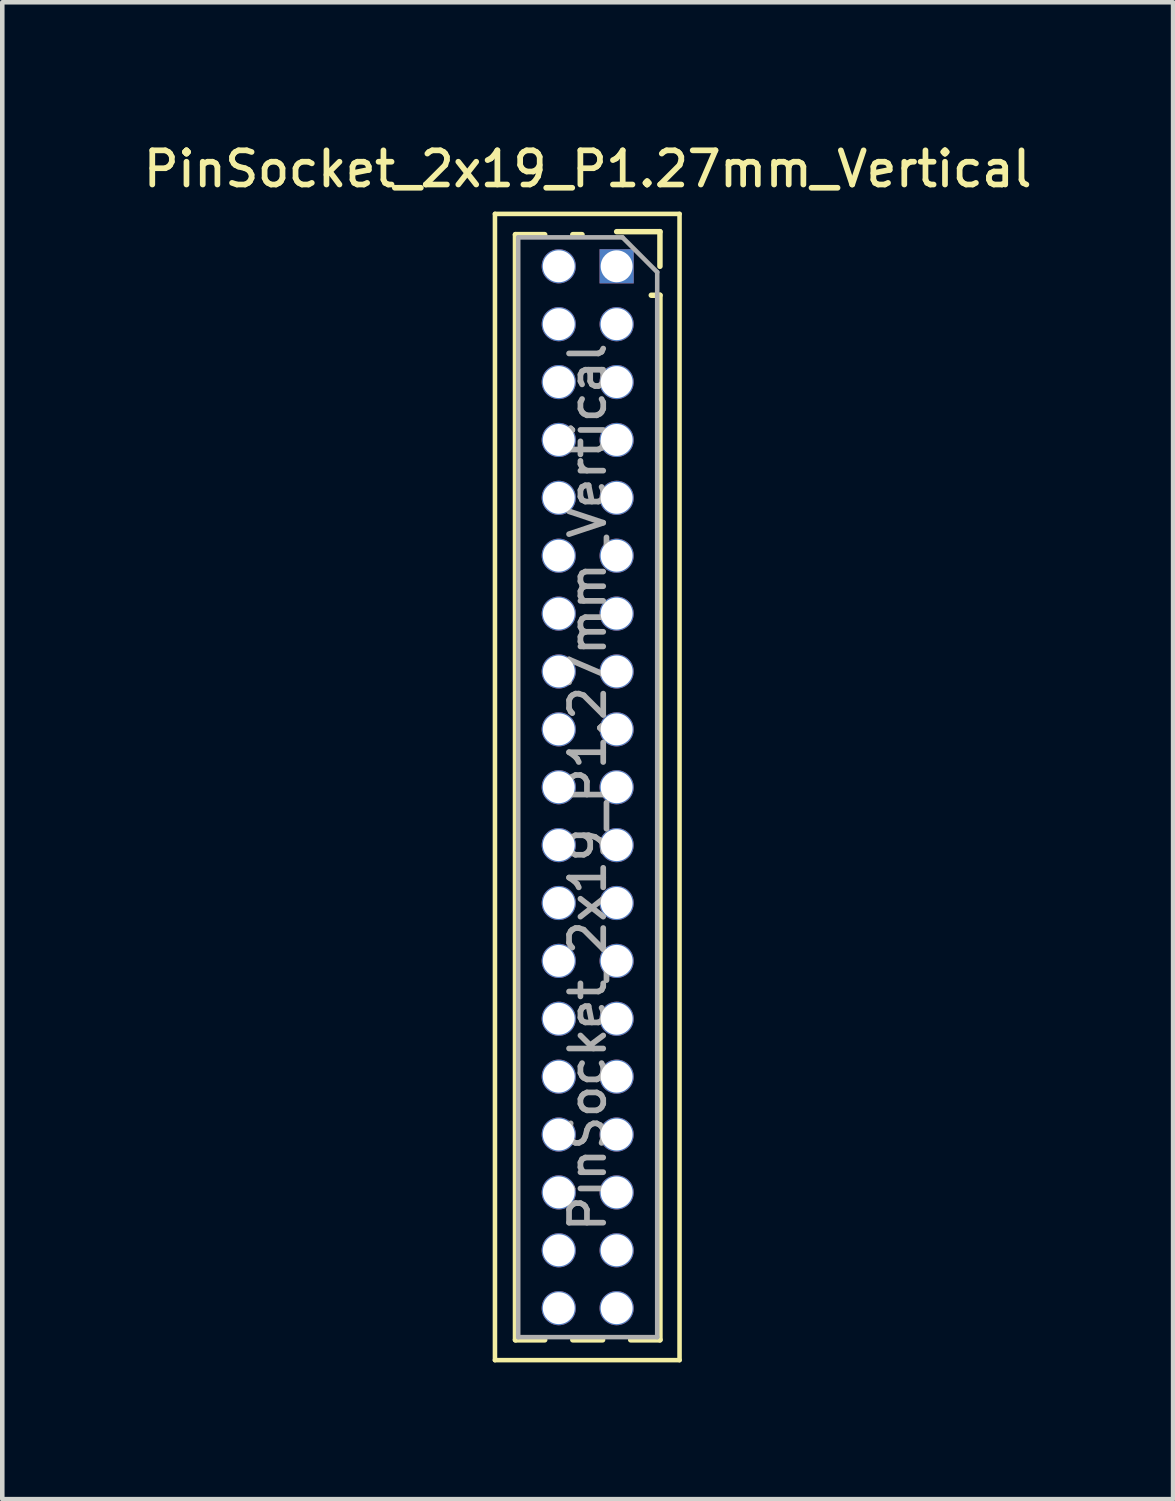
<source format=kicad_pcb>
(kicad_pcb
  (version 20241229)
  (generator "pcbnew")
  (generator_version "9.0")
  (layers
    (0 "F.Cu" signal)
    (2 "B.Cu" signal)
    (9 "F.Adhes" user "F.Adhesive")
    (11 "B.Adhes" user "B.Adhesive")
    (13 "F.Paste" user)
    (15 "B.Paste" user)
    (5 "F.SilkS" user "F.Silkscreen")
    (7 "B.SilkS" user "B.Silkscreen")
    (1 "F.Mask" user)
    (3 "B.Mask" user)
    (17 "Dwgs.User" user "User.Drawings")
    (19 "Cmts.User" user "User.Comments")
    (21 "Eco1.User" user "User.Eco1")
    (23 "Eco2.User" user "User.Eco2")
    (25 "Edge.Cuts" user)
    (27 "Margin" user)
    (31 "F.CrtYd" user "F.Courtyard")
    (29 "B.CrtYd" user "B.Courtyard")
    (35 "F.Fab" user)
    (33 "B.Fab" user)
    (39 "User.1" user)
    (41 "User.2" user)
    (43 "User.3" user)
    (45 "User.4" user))
  (footprint "PinSocket_2x19_P1.27mm_Vertical"
    (layer "F.Cu")
    (at 10.48 2.793)
    (property "Reference" "PinSocket_2x19_P1.27mm_Vertical" (at -0.635 -2.135 0) (layer "F.SilkS") (effects (font (size 0.75 0.75) (thickness 0.125))))
    (attr through_hole)
    (fp_line (start -2.67 -1.15) (end 1.38 -1.15) (stroke (width 0.1) (type solid)) (layer "F.SilkS"))
    (fp_line (start -2.67 24) (end -2.67 -1.15) (stroke (width 0.1) (type solid)) (layer "F.SilkS"))
    (fp_line (start -2.22 -0.695) (end -2.22 23.555) (stroke (width 0.12) (type solid)) (layer "F.SilkS"))
    (fp_line (start -2.22 -0.695) (end -1.578 -0.695) (stroke (width 0.12) (type solid)) (layer "F.SilkS"))
    (fp_line (start -2.22 23.555) (end -1.578 23.555) (stroke (width 0.12) (type solid)) (layer "F.SilkS"))
    (fp_line (start -0.962 -0.695) (end -0.76 -0.695) (stroke (width 0.12) (type solid)) (layer "F.SilkS"))
    (fp_line (start -0.962 23.555) (end -0.308 23.555) (stroke (width 0.12) (type solid)) (layer "F.SilkS"))
    (fp_line (start 0 -0.76) (end 0.95 -0.76) (stroke (width 0.12) (type solid)) (layer "F.SilkS"))
    (fp_line (start 0.308 23.555) (end 0.95 23.555) (stroke (width 0.12) (type solid)) (layer "F.SilkS"))
    (fp_line (start 0.76 0.635) (end 0.95 0.635) (stroke (width 0.12) (type solid)) (layer "F.SilkS"))
    (fp_line (start 0.95 -0.76) (end 0.95 0) (stroke (width 0.12) (type solid)) (layer "F.SilkS"))
    (fp_line (start 0.95 0.635) (end 0.95 23.555) (stroke (width 0.12) (type solid)) (layer "F.SilkS"))
    (fp_line (start 1.38 -1.15) (end 1.38 24) (stroke (width 0.1) (type solid)) (layer "F.SilkS"))
    (fp_line (start 1.38 24) (end -2.67 24) (stroke (width 0.1) (type solid)) (layer "F.SilkS"))
    (fp_line (start -2.16 -0.635) (end 0.128 -0.635) (stroke (width 0.1) (type solid)) (layer "F.Fab"))
    (fp_line (start -2.16 23.495) (end -2.16 -0.635) (stroke (width 0.1) (type solid)) (layer "F.Fab"))
    (fp_line (start 0.128 -0.635) (end 0.89 0.128) (stroke (width 0.1) (type solid)) (layer "F.Fab"))
    (fp_line (start 0.89 0.128) (end 0.89 23.495) (stroke (width 0.1) (type solid)) (layer "F.Fab"))
    (fp_line (start 0.89 23.495) (end -2.16 23.495) (stroke (width 0.1) (type solid)) (layer "F.Fab"))
    (fp_text user "${REFERENCE}" (at -0.635 11.43 90) (layer "F.Fab") (effects (font (size 0.75 0.75) (thickness 0.125))))
    (pad "1" thru_hole rect (at 0 0) (size 0.75 0.75) (drill 0.7) (layers "*.Cu" "*.Mask"))
    (pad "2" thru_hole oval (at -1.27 0) (size 0.75 0.75) (drill 0.7) (layers "*.Cu" "*.Mask"))
    (pad "3" thru_hole oval (at 0 1.27) (size 0.75 0.75) (drill 0.7) (layers "*.Cu" "*.Mask"))
    (pad "4" thru_hole oval (at -1.27 1.27) (size 0.75 0.75) (drill 0.7) (layers "*.Cu" "*.Mask"))
    (pad "5" thru_hole oval (at 0 2.54) (size 0.75 0.75) (drill 0.7) (layers "*.Cu" "*.Mask"))
    (pad "6" thru_hole oval (at -1.27 2.54) (size 0.75 0.75) (drill 0.7) (layers "*.Cu" "*.Mask"))
    (pad "7" thru_hole oval (at 0 3.81) (size 0.75 0.75) (drill 0.7) (layers "*.Cu" "*.Mask"))
    (pad "8" thru_hole oval (at -1.27 3.81) (size 0.75 0.75) (drill 0.7) (layers "*.Cu" "*.Mask"))
    (pad "9" thru_hole oval (at 0 5.08) (size 0.75 0.75) (drill 0.7) (layers "*.Cu" "*.Mask"))
    (pad "10" thru_hole oval (at -1.27 5.08) (size 0.75 0.75) (drill 0.7) (layers "*.Cu" "*.Mask"))
    (pad "11" thru_hole oval (at 0 6.35) (size 0.75 0.75) (drill 0.7) (layers "*.Cu" "*.Mask"))
    (pad "12" thru_hole oval (at -1.27 6.35) (size 0.75 0.75) (drill 0.7) (layers "*.Cu" "*.Mask"))
    (pad "13" thru_hole oval (at 0 7.62) (size 0.75 0.75) (drill 0.7) (layers "*.Cu" "*.Mask"))
    (pad "14" thru_hole oval (at -1.27 7.62) (size 0.75 0.75) (drill 0.7) (layers "*.Cu" "*.Mask"))
    (pad "15" thru_hole oval (at 0 8.89) (size 0.75 0.75) (drill 0.7) (layers "*.Cu" "*.Mask"))
    (pad "16" thru_hole oval (at -1.27 8.89) (size 0.75 0.75) (drill 0.7) (layers "*.Cu" "*.Mask"))
    (pad "17" thru_hole oval (at 0 10.16) (size 0.75 0.75) (drill 0.7) (layers "*.Cu" "*.Mask"))
    (pad "18" thru_hole oval (at -1.27 10.16) (size 0.75 0.75) (drill 0.7) (layers "*.Cu" "*.Mask"))
    (pad "19" thru_hole oval (at 0 11.43) (size 0.75 0.75) (drill 0.7) (layers "*.Cu" "*.Mask"))
    (pad "20" thru_hole oval (at -1.27 11.43) (size 0.75 0.75) (drill 0.7) (layers "*.Cu" "*.Mask"))
    (pad "21" thru_hole oval (at 0 12.7) (size 0.75 0.75) (drill 0.7) (layers "*.Cu" "*.Mask"))
    (pad "22" thru_hole oval (at -1.27 12.7) (size 0.75 0.75) (drill 0.7) (layers "*.Cu" "*.Mask"))
    (pad "23" thru_hole oval (at 0 13.97) (size 0.75 0.75) (drill 0.7) (layers "*.Cu" "*.Mask"))
    (pad "24" thru_hole oval (at -1.27 13.97) (size 0.75 0.75) (drill 0.7) (layers "*.Cu" "*.Mask"))
    (pad "25" thru_hole oval (at 0 15.24) (size 0.75 0.75) (drill 0.7) (layers "*.Cu" "*.Mask"))
    (pad "26" thru_hole oval (at -1.27 15.24) (size 0.75 0.75) (drill 0.7) (layers "*.Cu" "*.Mask"))
    (pad "27" thru_hole oval (at 0 16.51) (size 0.75 0.75) (drill 0.7) (layers "*.Cu" "*.Mask"))
    (pad "28" thru_hole oval (at -1.27 16.51) (size 0.75 0.75) (drill 0.7) (layers "*.Cu" "*.Mask"))
    (pad "29" thru_hole oval (at 0 17.78) (size 0.75 0.75) (drill 0.7) (layers "*.Cu" "*.Mask"))
    (pad "30" thru_hole oval (at -1.27 17.78) (size 0.75 0.75) (drill 0.7) (layers "*.Cu" "*.Mask"))
    (pad "31" thru_hole oval (at 0 19.05) (size 0.75 0.75) (drill 0.7) (layers "*.Cu" "*.Mask"))
    (pad "32" thru_hole oval (at -1.27 19.05) (size 0.75 0.75) (drill 0.7) (layers "*.Cu" "*.Mask"))
    (pad "33" thru_hole oval (at 0 20.32) (size 0.75 0.75) (drill 0.7) (layers "*.Cu" "*.Mask"))
    (pad "34" thru_hole oval (at -1.27 20.32) (size 0.75 0.75) (drill 0.7) (layers "*.Cu" "*.Mask"))
    (pad "35" thru_hole oval (at 0 21.59) (size 0.75 0.75) (drill 0.7) (layers "*.Cu" "*.Mask"))
    (pad "36" thru_hole oval (at -1.27 21.59) (size 0.75 0.75) (drill 0.7) (layers "*.Cu" "*.Mask"))
    (pad "37" thru_hole oval (at 0 22.86) (size 0.75 0.75) (drill 0.7) (layers "*.Cu" "*.Mask"))
    (pad "38" thru_hole oval (at -1.27 22.86) (size 0.75 0.75) (drill 0.7) (layers "*.Cu" "*.Mask")))
  (gr_rect
    (start -3 -3)
    (end 22.689 29.843)
    (stroke (width 0.1) (type default))
    (fill no)
    (layer "Edge.Cuts")))
</source>
